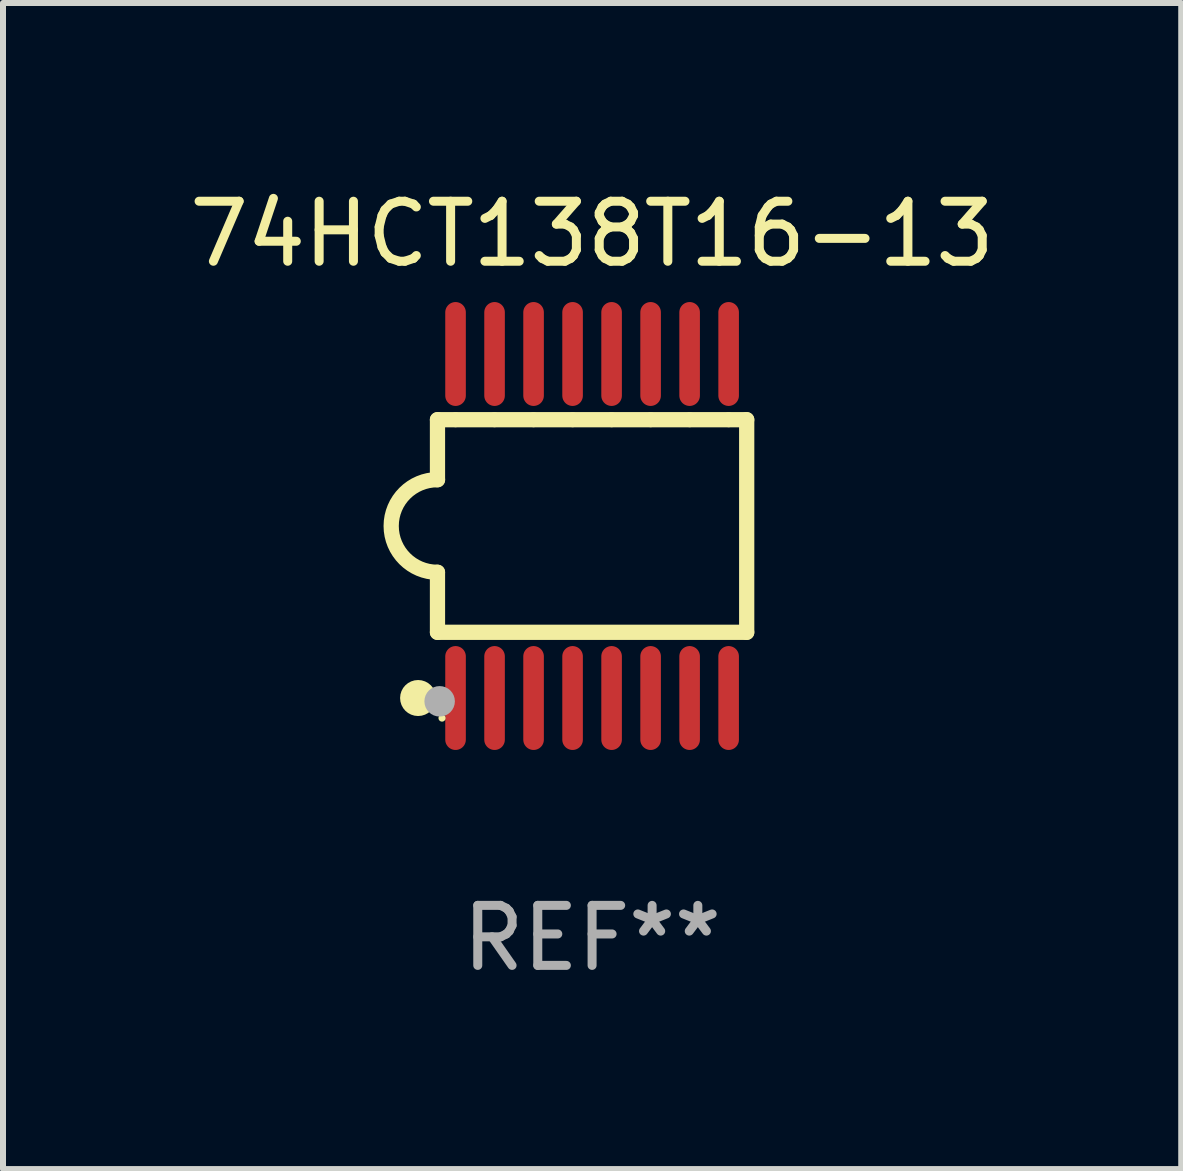
<source format=kicad_pcb>
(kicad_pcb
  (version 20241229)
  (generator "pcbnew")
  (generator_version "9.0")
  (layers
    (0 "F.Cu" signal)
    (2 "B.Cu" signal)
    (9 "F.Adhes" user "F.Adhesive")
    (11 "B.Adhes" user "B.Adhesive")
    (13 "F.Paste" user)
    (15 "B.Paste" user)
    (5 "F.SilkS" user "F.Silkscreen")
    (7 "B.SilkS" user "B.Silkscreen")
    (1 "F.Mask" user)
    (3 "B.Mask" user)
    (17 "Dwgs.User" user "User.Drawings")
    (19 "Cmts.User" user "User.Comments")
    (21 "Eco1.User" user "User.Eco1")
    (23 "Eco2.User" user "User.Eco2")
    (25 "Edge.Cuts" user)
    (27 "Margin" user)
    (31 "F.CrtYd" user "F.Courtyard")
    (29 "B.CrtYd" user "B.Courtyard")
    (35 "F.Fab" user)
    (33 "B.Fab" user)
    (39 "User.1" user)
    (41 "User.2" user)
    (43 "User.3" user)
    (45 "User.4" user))
  (footprint "74HCT138T16-13"
    (layer "F.Cu")
    (at 6.815 5.714)
    (property "Reference" "74HCT138T16-13" (at 0 -4.866 0) (layer "F.SilkS") (effects (font (size 1 1) (thickness 0.15))))
    (attr through_hole)
    (fp_line (start -2.576 -1.771) (end -2.576 -0.771) (stroke (width 0.254) (type solid)) (layer "F.SilkS"))
    (fp_line (start -2.576 -1.771) (end -2.289 -1.771) (stroke (width 0.254) (type solid)) (layer "F.SilkS"))
    (fp_line (start -2.576 1.771) (end -2.576 0.771) (stroke (width 0.254) (type solid)) (layer "F.SilkS"))
    (fp_line (start -2.261 -1.771) (end -1.639 -1.771) (stroke (width 0.254) (type solid)) (layer "F.SilkS"))
    (fp_line (start -1.612 -1.771) (end -0.989 -1.771) (stroke (width 0.254) (type solid)) (layer "F.SilkS"))
    (fp_line (start -0.962 -1.771) (end -0.338 -1.771) (stroke (width 0.254) (type solid)) (layer "F.SilkS"))
    (fp_line (start -0.311 -1.771) (end 0.312 -1.771) (stroke (width 0.254) (type solid)) (layer "F.SilkS"))
    (fp_line (start 0.339 -1.771) (end 0.962 -1.771) (stroke (width 0.254) (type solid)) (layer "F.SilkS"))
    (fp_line (start 0.989 -1.771) (end 1.612 -1.771) (stroke (width 0.254) (type solid)) (layer "F.SilkS"))
    (fp_line (start 1.639 -1.771) (end 2.261 -1.771) (stroke (width 0.254) (type solid)) (layer "F.SilkS"))
    (fp_line (start 2.289 -1.771) (end 2.576 -1.771) (stroke (width 0.254) (type solid)) (layer "F.SilkS"))
    (fp_line (start 2.576 -1.771) (end 2.576 1.771) (stroke (width 0.254) (type solid)) (layer "F.SilkS"))
    (fp_line (start 2.576 1.771) (end -2.576 1.771) (stroke (width 0.254) (type solid)) (layer "F.SilkS"))
    (fp_arc (start -2.576226 0.7714) (mid -3.346889 -0.000648) (end -2.575311 -0.771781) (stroke (width 0.254001) (type solid)) (layer "F.SilkS"))
    (fp_circle (center -2.899 2.866) (end -2.749 2.866) (stroke (width 0.3) (type solid)) (fill no) (layer "F.SilkS"))
    (fp_circle (center -2.5 3.2) (end -2.47 3.2) (stroke (width 0.06) (type solid)) (fill no) (layer "F.SilkS"))
    (fp_circle (center -2.54 2.921) (end -2.413 2.921) (stroke (width 0.254) (type solid)) (fill no) (layer "F.Fab"))
    (fp_text user "REF**" (at 0 6.866 0) (layer "F.Fab") (effects (font (size 1 1) (thickness 0.15))))
    (pad "1" smd oval (at -2.275 2.866) (size 0.343 1.731) (layers "F.Cu" "F.Mask" "F.Paste"))
    (pad "2" smd oval (at -1.625 2.866) (size 0.343 1.731) (layers "F.Cu" "F.Mask" "F.Paste"))
    (pad "3" smd oval (at -0.975 2.866) (size 0.343 1.731) (layers "F.Cu" "F.Mask" "F.Paste"))
    (pad "4" smd oval (at -0.325 2.866) (size 0.343 1.731) (layers "F.Cu" "F.Mask" "F.Paste"))
    (pad "5" smd oval (at 0.325 2.866) (size 0.343 1.731) (layers "F.Cu" "F.Mask" "F.Paste"))
    (pad "6" smd oval (at 0.975 2.866) (size 0.343 1.731) (layers "F.Cu" "F.Mask" "F.Paste"))
    (pad "7" smd oval (at 1.625 2.866) (size 0.343 1.731) (layers "F.Cu" "F.Mask" "F.Paste"))
    (pad "8" smd oval (at 2.275 2.866) (size 0.343 1.731) (layers "F.Cu" "F.Mask" "F.Paste"))
    (pad "9" smd oval (at 2.275 -2.866) (size 0.343 1.731) (layers "F.Cu" "F.Mask" "F.Paste"))
    (pad "10" smd oval (at 1.625 -2.866) (size 0.343 1.731) (layers "F.Cu" "F.Mask" "F.Paste"))
    (pad "11" smd oval (at 0.975 -2.866) (size 0.343 1.731) (layers "F.Cu" "F.Mask" "F.Paste"))
    (pad "12" smd oval (at 0.325 -2.866) (size 0.343 1.731) (layers "F.Cu" "F.Mask" "F.Paste"))
    (pad "13" smd oval (at -0.325 -2.866) (size 0.343 1.731) (layers "F.Cu" "F.Mask" "F.Paste"))
    (pad "14" smd oval (at -0.975 -2.866) (size 0.343 1.731) (layers "F.Cu" "F.Mask" "F.Paste"))
    (pad "15" smd oval (at -1.625 -2.866) (size 0.343 1.731) (layers "F.Cu" "F.Mask" "F.Paste"))
    (pad "16" smd oval (at -2.275 -2.866) (size 0.343 1.731) (layers "F.Cu" "F.Mask" "F.Paste")))
  (gr_rect
    (start -3 -3)
    (end 16.631 16.428)
    (stroke (width 0.1) (type default))
    (fill no)
    (layer "Edge.Cuts")))
</source>
